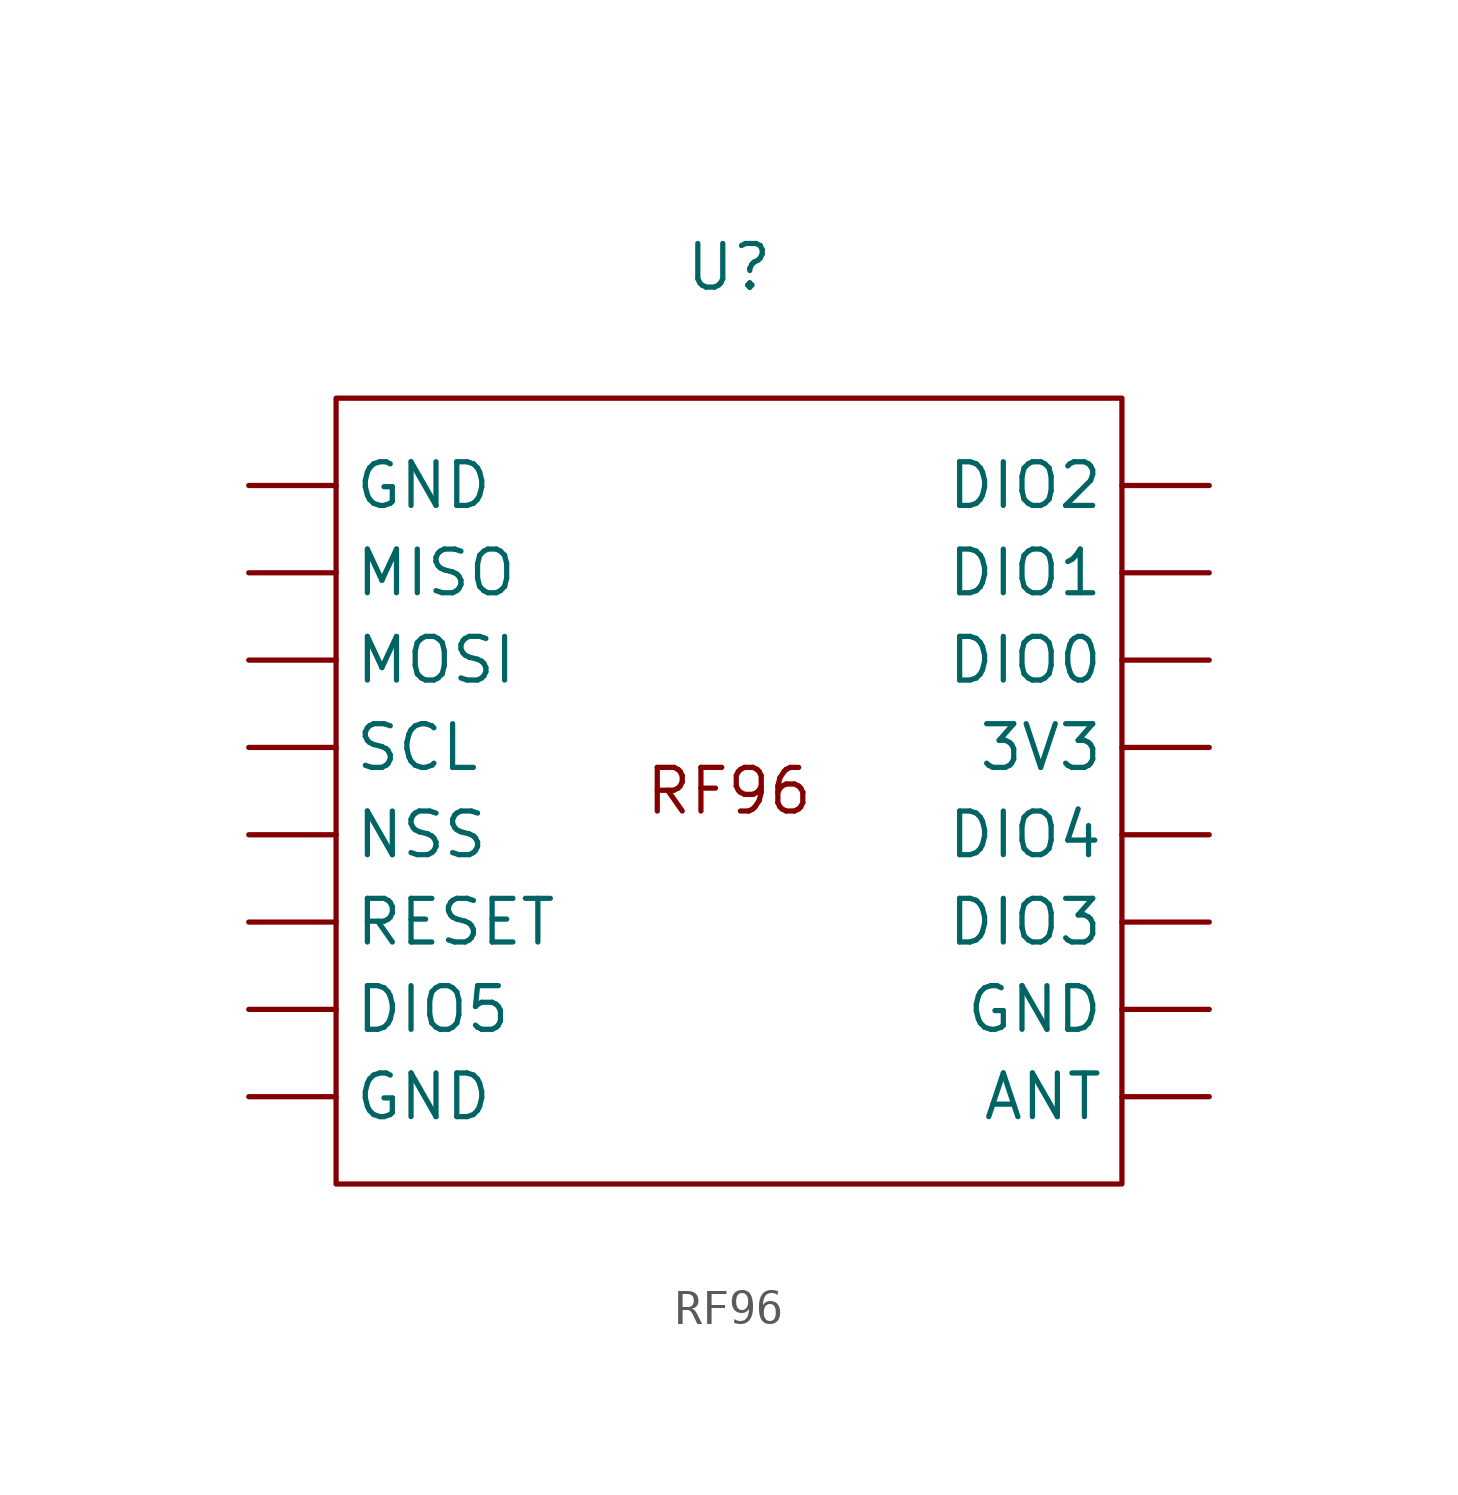
<source format=kicad_sym>
(kicad_symbol_lib
  (version 20220914)
  (generator kicad_symbol_editor)
  (symbol "RF96"
    (property "Reference" "U"
      (at 0 0 0)
      (effects (font (size 1.27 1.27))))
    (property "Value" ""
      (at 0 0 0)
      (effects (font (size 1.27 1.27))))
    (symbol "RF96_0_1"
      (rectangle (start -11.43 -3.81) (end 11.43 -26.67) (stroke (width 0) (type default)) (fill (type none))))
    (symbol "RF96_1_1"
      (text "RF96" (at 0 -15.24 0) (effects (font (size 1.27 1.27))))
      (pin bidirectional line (at 13.97 -13.97 180) (length 2.54) (name "3V3" (effects (font (size 1.27 1.27)))) (number "" (effects (font (size 1.27 1.27)))))
      (pin bidirectional line (at 13.97 -24.13 180) (length 2.54) (name "ANT" (effects (font (size 1.27 1.27)))) (number "" (effects (font (size 1.27 1.27)))))
      (pin bidirectional line (at 13.97 -11.43 180) (length 2.54) (name "DIO0" (effects (font (size 1.27 1.27)))) (number "" (effects (font (size 1.27 1.27)))))
      (pin bidirectional line (at 13.97 -8.89 180) (length 2.54) (name "DIO1" (effects (font (size 1.27 1.27)))) (number "" (effects (font (size 1.27 1.27)))))
      (pin bidirectional line (at 13.97 -6.35 180) (length 2.54) (name "DIO2" (effects (font (size 1.27 1.27)))) (number "" (effects (font (size 1.27 1.27)))))
      (pin bidirectional line (at 13.97 -19.05 180) (length 2.54) (name "DIO3" (effects (font (size 1.27 1.27)))) (number "" (effects (font (size 1.27 1.27)))))
      (pin bidirectional line (at 13.97 -16.51 180) (length 2.54) (name "DIO4" (effects (font (size 1.27 1.27)))) (number "" (effects (font (size 1.27 1.27)))))
      (pin bidirectional line (at -13.97 -21.59 0) (length 2.54) (name "DIO5" (effects (font (size 1.27 1.27)))) (number "" (effects (font (size 1.27 1.27)))))
      (pin bidirectional line (at -13.97 -24.13 0) (length 2.54) (name "GND" (effects (font (size 1.27 1.27)))) (number "" (effects (font (size 1.27 1.27)))))
      (pin bidirectional line (at -13.97 -6.35 0) (length 2.54) (name "GND" (effects (font (size 1.27 1.27)))) (number "" (effects (font (size 1.27 1.27)))))
      (pin bidirectional line (at 13.97 -21.59 180) (length 2.54) (name "GND" (effects (font (size 1.27 1.27)))) (number "" (effects (font (size 1.27 1.27)))))
      (pin bidirectional line (at -13.97 -8.89 0) (length 2.54) (name "MISO" (effects (font (size 1.27 1.27)))) (number "" (effects (font (size 1.27 1.27)))))
      (pin bidirectional line (at -13.97 -11.43 0) (length 2.54) (name "MOSI" (effects (font (size 1.27 1.27)))) (number "" (effects (font (size 1.27 1.27)))))
      (pin bidirectional line (at -13.97 -16.51 0) (length 2.54) (name "NSS" (effects (font (size 1.27 1.27)))) (number "" (effects (font (size 1.27 1.27)))))
      (pin bidirectional line (at -13.97 -19.05 0) (length 2.54) (name "RESET" (effects (font (size 1.27 1.27)))) (number "" (effects (font (size 1.27 1.27)))))
      (pin bidirectional line (at -13.97 -13.97 0) (length 2.54) (name "SCL" (effects (font (size 1.27 1.27)))) (number "" (effects (font (size 1.27 1.27))))))))
</source>
